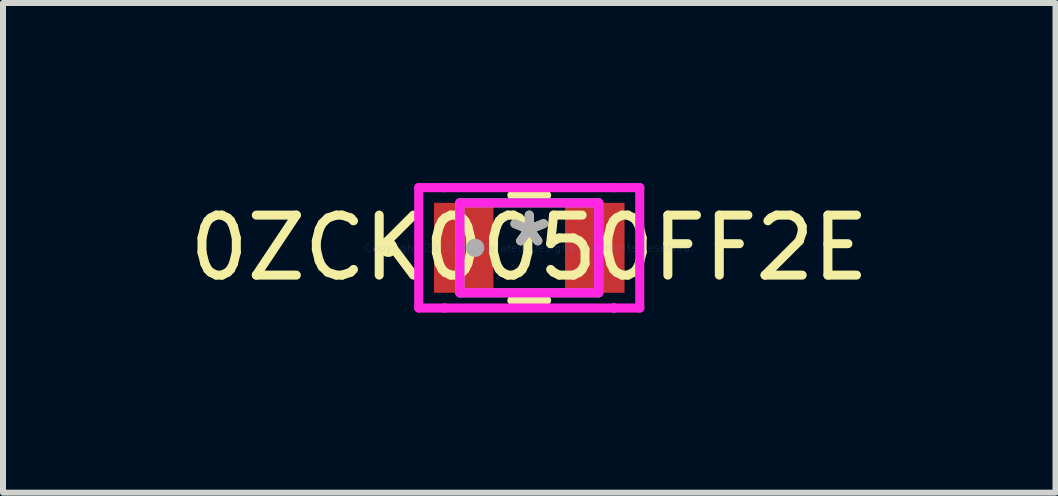
<source format=kicad_pcb>
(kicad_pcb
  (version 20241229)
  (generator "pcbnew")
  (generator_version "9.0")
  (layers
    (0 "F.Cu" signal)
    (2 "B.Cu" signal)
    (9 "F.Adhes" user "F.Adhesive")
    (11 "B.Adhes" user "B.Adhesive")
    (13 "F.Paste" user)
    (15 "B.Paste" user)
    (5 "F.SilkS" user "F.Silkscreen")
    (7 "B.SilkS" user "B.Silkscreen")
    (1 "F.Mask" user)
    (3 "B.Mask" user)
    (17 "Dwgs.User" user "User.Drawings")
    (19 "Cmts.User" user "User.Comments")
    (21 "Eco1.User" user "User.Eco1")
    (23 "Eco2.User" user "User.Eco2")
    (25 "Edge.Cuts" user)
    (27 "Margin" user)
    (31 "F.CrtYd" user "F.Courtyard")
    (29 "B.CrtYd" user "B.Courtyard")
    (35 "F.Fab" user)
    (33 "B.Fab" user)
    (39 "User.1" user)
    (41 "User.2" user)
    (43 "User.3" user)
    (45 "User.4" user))
  (footprint "0ZCK0050FF2E"
    (layer "F.Cu")
    (at 5.768 1.079)
    (property "Reference" "0ZCK0050FF2E" (at 0 0 0) (layer "F.SilkS") (effects (font (size 1 1) (thickness 0.15))))
    (attr through_hole)
    (fp_line (start -0.289 0.876) (end 0.289 0.876) (stroke (width 0.152) (type solid)) (layer "F.SilkS"))
    (fp_line (start 0.289 -0.876) (end -0.289 -0.876) (stroke (width 0.152) (type solid)) (layer "F.SilkS"))
    (fp_circle (center -2.349 0) (end -2.273 0) (stroke (width 0.152) (type solid)) (fill no) (layer "F.SilkS"))
    (fp_line (start -1.841 -1.003) (end -1.41 -1.003) (stroke (width 0.152) (type solid)) (layer "F.CrtYd"))
    (fp_line (start -1.841 1.003) (end -1.841 -1.003) (stroke (width 0.152) (type solid)) (layer "F.CrtYd"))
    (fp_line (start -1.41 -1.003) (end -1.41 -1.003) (stroke (width 0.152) (type solid)) (layer "F.CrtYd"))
    (fp_line (start -1.41 -1.003) (end 1.41 -1.003) (stroke (width 0.152) (type solid)) (layer "F.CrtYd"))
    (fp_line (start -1.41 1.003) (end -1.841 1.003) (stroke (width 0.152) (type solid)) (layer "F.CrtYd"))
    (fp_line (start -1.41 1.003) (end -1.41 1.003) (stroke (width 0.152) (type solid)) (layer "F.CrtYd"))
    (fp_line (start -1.156 -0.749) (end 1.156 -0.749) (stroke (width 0.152) (type solid)) (layer "F.CrtYd"))
    (fp_line (start -1.156 0.749) (end -1.156 -0.749) (stroke (width 0.152) (type solid)) (layer "F.CrtYd"))
    (fp_line (start 1.156 -0.749) (end 1.156 0.749) (stroke (width 0.152) (type solid)) (layer "F.CrtYd"))
    (fp_line (start 1.156 0.749) (end -1.156 0.749) (stroke (width 0.152) (type solid)) (layer "F.CrtYd"))
    (fp_line (start 1.41 -1.003) (end 1.41 -1.003) (stroke (width 0.152) (type solid)) (layer "F.CrtYd"))
    (fp_line (start 1.41 -1.003) (end 1.841 -1.003) (stroke (width 0.152) (type solid)) (layer "F.CrtYd"))
    (fp_line (start 1.41 1.003) (end -1.41 1.003) (stroke (width 0.152) (type solid)) (layer "F.CrtYd"))
    (fp_line (start 1.41 1.003) (end 1.41 1.003) (stroke (width 0.152) (type solid)) (layer "F.CrtYd"))
    (fp_line (start 1.41 1.003) (end 1.41 1.003) (stroke (width 0.152) (type solid)) (layer "F.CrtYd"))
    (fp_line (start 1.841 -1.003) (end 1.841 1.003) (stroke (width 0.152) (type solid)) (layer "F.CrtYd"))
    (fp_line (start 1.841 1.003) (end 1.41 1.003) (stroke (width 0.152) (type solid)) (layer "F.CrtYd"))
    (fp_line (start -1.156 -0.749) (end -1.156 0.749) (stroke (width 0.152) (type solid)) (layer "F.Fab"))
    (fp_line (start -1.156 0.749) (end 1.156 0.749) (stroke (width 0.152) (type solid)) (layer "F.Fab"))
    (fp_line (start 1.156 -0.749) (end -1.156 -0.749) (stroke (width 0.152) (type solid)) (layer "F.Fab"))
    (fp_line (start 1.156 0.749) (end 1.156 -0.749) (stroke (width 0.152) (type solid)) (layer "F.Fab"))
    (fp_circle (center -0.902 0) (end -0.826 0) (stroke (width 0.152) (type solid)) (fill no) (layer "F.Fab"))
    (fp_text user "*" (at 0 0 0) (layer "F.SilkS") (effects (font (size 1 1) (thickness 0.15))))
    (fp_text user "Copyright 2016 Accelerated Designs. All rights reserved." (at 0 0 0) (layer "Cmts.User") (effects (font (size 0.127 0.127) (thickness 0.002))))
    (fp_text user "*" (at 0 0 0) (layer "F.Fab") (effects (font (size 1 1) (thickness 0.15))))
    (pad "1" smd rect (at -1.092 0) (size 0.991 1.499) (layers "F.Cu" "F.Mask" "F.Paste"))
    (pad "2" smd rect (at 1.092 0) (size 0.991 1.499) (layers "F.Cu" "F.Mask" "F.Paste")))
  (gr_rect
    (start -3 -3)
    (end 14.536 5.159)
    (stroke (width 0.1) (type default))
    (fill no)
    (layer "Edge.Cuts")))
</source>
